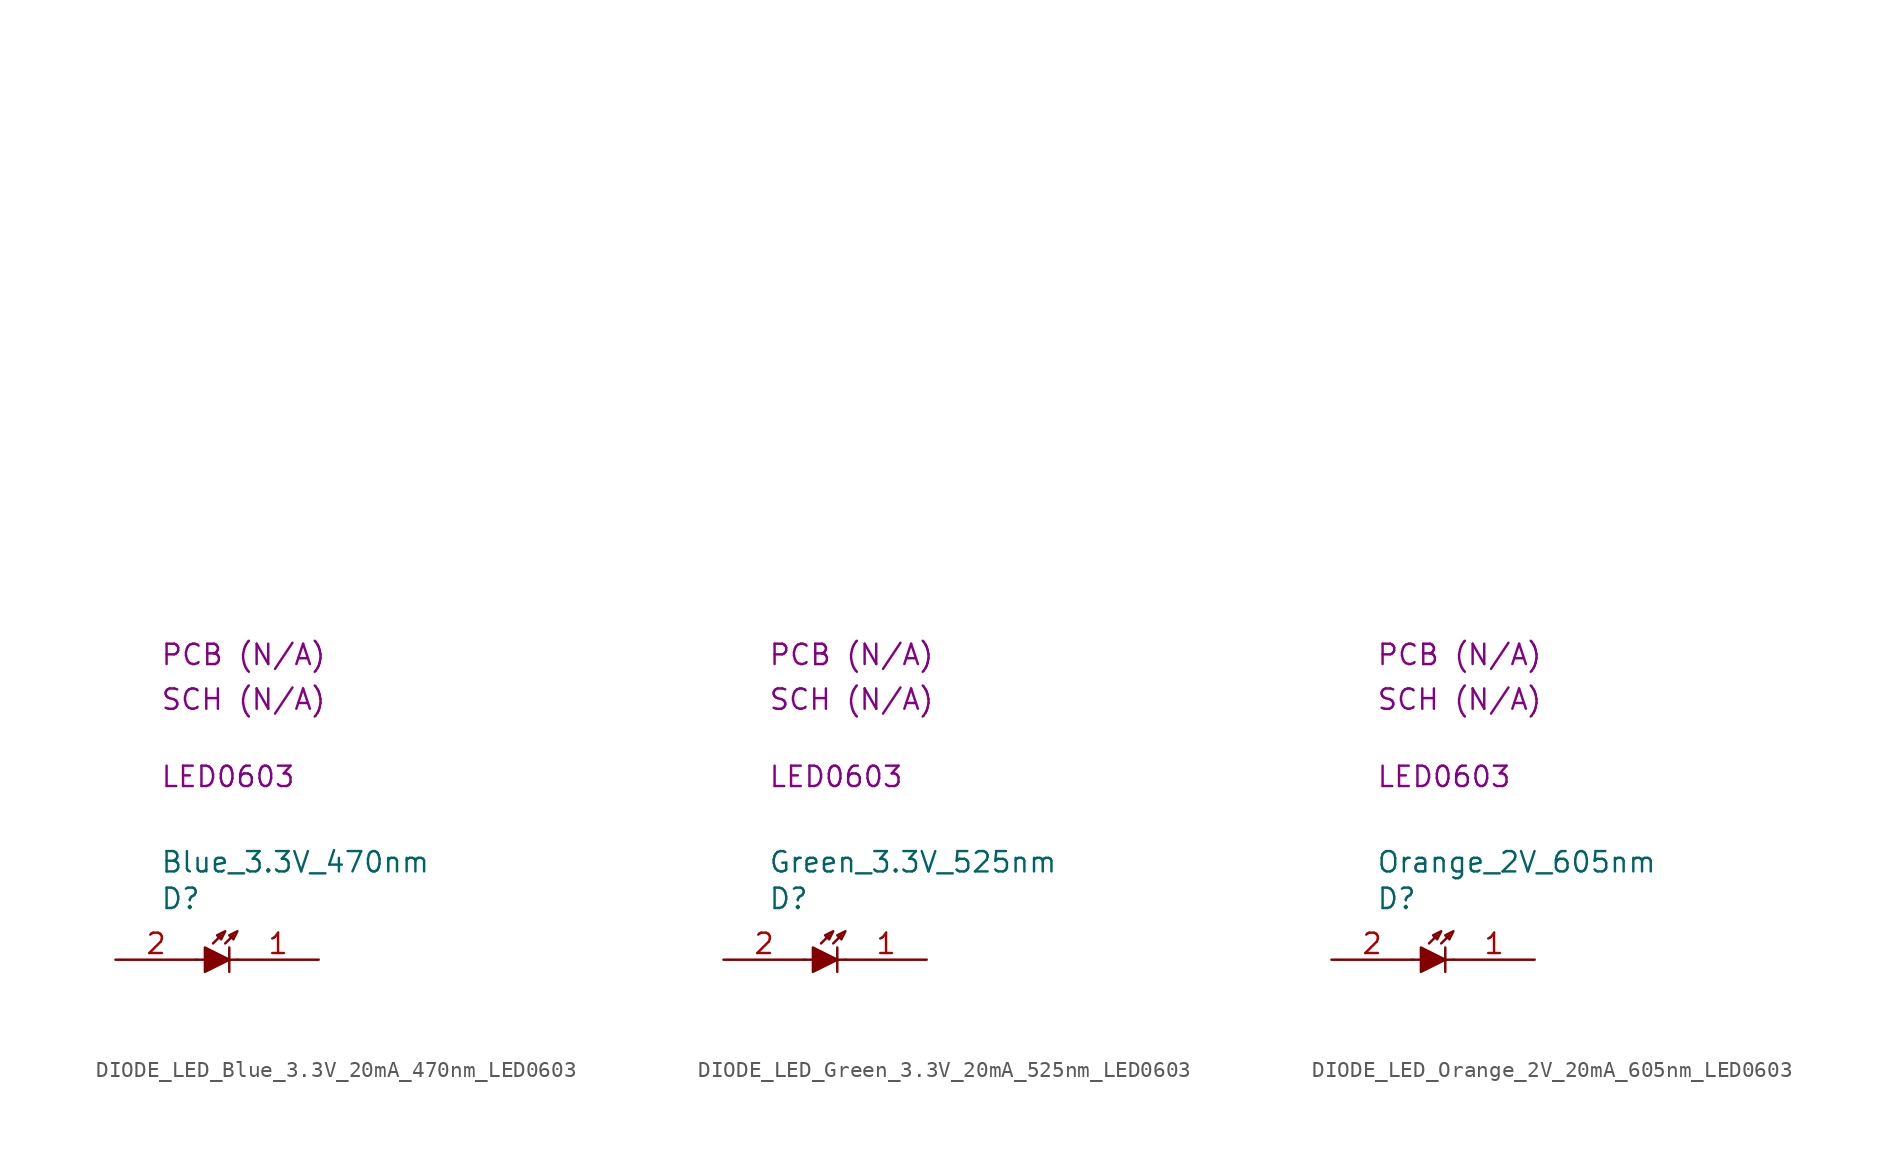
<source format=kicad_sym>
(kicad_symbol_lib
  (version 20231120)
  (generator "kicad_symbol_editor")
  (generator_version "8.0")
  (symbol "DIODE_LED_Blue_3.3V_20mA_470nm_LED0603"
    (property "Reference" "D"
      (at 2.794 3.81 0)
      (effects (font (size 1.27 1.27)) (justify left)))
    (property "Value" "Blue_3.3V_470nm"
      (at 2.794 6.096 0)
      (effects (font (size 1.27 1.27)) (justify left)))
    (property "Package" "LED0603"
      (at 2.794 11.43 0)
      (effects (font (size 1.27 1.27)) (justify left)))
    (property "SCH CHECK" "SCH (N/A)"
      (at 2.794 16.256 0)
      (effects (font (size 1.27 1.27)) (justify left)))
    (property "PCB CHECk" "PCB (N/A)"
      (at 2.794 19.05 0)
      (effects (font (size 1.27 1.27)) (justify left)))
    (symbol "DIODE_LED_Blue_3.3V_20mA_470nm_LED0603_0_1"
      (polyline private (pts (xy 2.54 2.54) (xy 27.94 2.54)) (stroke (width 0) (type default)) (fill (type none)))
      (polyline private (pts (xy 2.54 5.08) (xy 27.94 5.08)) (stroke (width 0) (type default)) (fill (type none)))
      (polyline private (pts (xy 2.54 7.62) (xy 27.94 7.62)) (stroke (width 0) (type default)) (fill (type none)))
      (polyline private (pts (xy 2.54 10.16) (xy 27.94 10.16)) (stroke (width 0) (type default)) (fill (type none)))
      (polyline private (pts (xy 2.54 12.7) (xy 27.94 12.7)) (stroke (width 0) (type default)) (fill (type none)))
      (polyline private (pts (xy 2.54 15.24) (xy 27.94 15.24)) (stroke (width 0) (type default)) (fill (type none)))
      (polyline private (pts (xy 2.54 17.78) (xy 27.94 17.78)) (stroke (width 0) (type default)) (fill (type none)))
      (polyline private (pts (xy 2.54 20.32) (xy 27.94 20.32)) (stroke (width 0) (type default)) (fill (type none)))
      (polyline private (pts (xy 2.54 22.86) (xy 27.94 22.86)) (stroke (width 0) (type default)) (fill (type none)))
      (polyline private (pts (xy 2.54 25.4) (xy 27.94 25.4)) (stroke (width 0) (type default)) (fill (type none)))
      (polyline private (pts (xy 2.54 27.94) (xy 27.94 27.94)) (stroke (width 0) (type default)) (fill (type none)))
      (polyline private (pts (xy 2.54 30.48) (xy 27.94 30.48)) (stroke (width 0) (type default)) (fill (type none)))
      (polyline private (pts (xy 2.54 33.02) (xy 27.94 33.02)) (stroke (width 0) (type default)) (fill (type none)))
      (polyline private (pts (xy 2.54 35.56) (xy 27.94 35.56)) (stroke (width 0) (type default)) (fill (type none)))
      (polyline private (pts (xy 2.54 38.1) (xy 27.94 38.1)) (stroke (width 0) (type default)) (fill (type none)))
      (polyline private (pts (xy 2.54 40.64) (xy 27.94 40.64)) (stroke (width 0) (type default)) (fill (type none)))
      (polyline private (pts (xy 2.54 43.18) (xy 27.94 43.18)) (stroke (width 0) (type default)) (fill (type none)))
      (polyline private (pts (xy 2.54 45.72) (xy 27.94 45.72)) (stroke (width 0) (type default)) (fill (type none)))
      (polyline private (pts (xy 2.54 48.26) (xy 27.94 48.26)) (stroke (width 0) (type default)) (fill (type none)))
      (polyline private (pts (xy 2.54 50.8) (xy 27.94 50.8)) (stroke (width 0) (type default)) (fill (type none))))
    (symbol "DIODE_LED_Blue_3.3V_20mA_470nm_LED0603_1_1"
      (polyline (pts (xy 5.588 0) (xy 5.08 0)) (stroke (width 0) (type default)) (fill (type none)))
      (polyline (pts (xy 6.096 1.016) (xy 6.604 1.524)) (stroke (width 0) (type default)) (fill (type none)))
      (polyline (pts (xy 6.858 1.016) (xy 7.366 1.524)) (stroke (width 0) (type default)) (fill (type none)))
      (polyline (pts (xy 7.112 0) (xy 7.62 0)) (stroke (width 0) (type default)) (fill (type none)))
      (polyline (pts (xy 7.112 0.762) (xy 7.112 -0.762)) (stroke (width 0) (type default)) (fill (type none)))
      (polyline (pts (xy 5.588 0.762) (xy 5.588 -0.762) (xy 7.112 0) (xy 5.588 0.762)) (stroke (width 0) (type default)) (fill (type outline)))
      (polyline (pts (xy 6.35 1.524) (xy 6.604 1.27) (xy 6.858 1.778) (xy 6.35 1.524)) (stroke (width 0) (type default)) (fill (type none)))
      (polyline (pts (xy 7.112 1.524) (xy 7.366 1.27) (xy 7.62 1.778) (xy 7.112 1.524)) (stroke (width 0) (type default)) (fill (type none)))
      (pin passive line (at 12.7 0 180) (length 5.08) (name "" (effects (font (size 1.27 1.27)))) (number "1" (effects (font (size 1.27 1.27)))))
      (pin passive line (at 0 0 0) (length 5.08) (name "" (effects (font (size 1.27 1.27)))) (number "2" (effects (font (size 1.27 1.27)))))))
  (symbol "DIODE_LED_Green_3.3V_20mA_525nm_LED0603"
    (property "Reference" "D"
      (at 2.794 3.81 0)
      (effects (font (size 1.27 1.27)) (justify left)))
    (property "Value" "Green_3.3V_525nm"
      (at 2.794 6.096 0)
      (effects (font (size 1.27 1.27)) (justify left)))
    (property "Package" "LED0603"
      (at 2.794 11.43 0)
      (effects (font (size 1.27 1.27)) (justify left)))
    (property "SCH CHECK" "SCH (N/A)"
      (at 2.794 16.256 0)
      (effects (font (size 1.27 1.27)) (justify left)))
    (property "PCB CHECk" "PCB (N/A)"
      (at 2.794 19.05 0)
      (effects (font (size 1.27 1.27)) (justify left)))
    (symbol "DIODE_LED_Green_3.3V_20mA_525nm_LED0603_0_1"
      (polyline private (pts (xy 2.54 2.54) (xy 27.94 2.54)) (stroke (width 0) (type default)) (fill (type none)))
      (polyline private (pts (xy 2.54 5.08) (xy 27.94 5.08)) (stroke (width 0) (type default)) (fill (type none)))
      (polyline private (pts (xy 2.54 7.62) (xy 27.94 7.62)) (stroke (width 0) (type default)) (fill (type none)))
      (polyline private (pts (xy 2.54 10.16) (xy 27.94 10.16)) (stroke (width 0) (type default)) (fill (type none)))
      (polyline private (pts (xy 2.54 12.7) (xy 27.94 12.7)) (stroke (width 0) (type default)) (fill (type none)))
      (polyline private (pts (xy 2.54 15.24) (xy 27.94 15.24)) (stroke (width 0) (type default)) (fill (type none)))
      (polyline private (pts (xy 2.54 17.78) (xy 27.94 17.78)) (stroke (width 0) (type default)) (fill (type none)))
      (polyline private (pts (xy 2.54 20.32) (xy 27.94 20.32)) (stroke (width 0) (type default)) (fill (type none)))
      (polyline private (pts (xy 2.54 22.86) (xy 27.94 22.86)) (stroke (width 0) (type default)) (fill (type none)))
      (polyline private (pts (xy 2.54 25.4) (xy 27.94 25.4)) (stroke (width 0) (type default)) (fill (type none)))
      (polyline private (pts (xy 2.54 27.94) (xy 27.94 27.94)) (stroke (width 0) (type default)) (fill (type none)))
      (polyline private (pts (xy 2.54 30.48) (xy 27.94 30.48)) (stroke (width 0) (type default)) (fill (type none)))
      (polyline private (pts (xy 2.54 33.02) (xy 27.94 33.02)) (stroke (width 0) (type default)) (fill (type none)))
      (polyline private (pts (xy 2.54 35.56) (xy 27.94 35.56)) (stroke (width 0) (type default)) (fill (type none)))
      (polyline private (pts (xy 2.54 38.1) (xy 27.94 38.1)) (stroke (width 0) (type default)) (fill (type none)))
      (polyline private (pts (xy 2.54 40.64) (xy 27.94 40.64)) (stroke (width 0) (type default)) (fill (type none)))
      (polyline private (pts (xy 2.54 43.18) (xy 27.94 43.18)) (stroke (width 0) (type default)) (fill (type none)))
      (polyline private (pts (xy 2.54 45.72) (xy 27.94 45.72)) (stroke (width 0) (type default)) (fill (type none)))
      (polyline private (pts (xy 2.54 48.26) (xy 27.94 48.26)) (stroke (width 0) (type default)) (fill (type none)))
      (polyline private (pts (xy 2.54 50.8) (xy 27.94 50.8)) (stroke (width 0) (type default)) (fill (type none))))
    (symbol "DIODE_LED_Green_3.3V_20mA_525nm_LED0603_1_1"
      (polyline (pts (xy 5.588 0) (xy 5.08 0)) (stroke (width 0) (type default)) (fill (type none)))
      (polyline (pts (xy 6.096 1.016) (xy 6.604 1.524)) (stroke (width 0) (type default)) (fill (type none)))
      (polyline (pts (xy 6.858 1.016) (xy 7.366 1.524)) (stroke (width 0) (type default)) (fill (type none)))
      (polyline (pts (xy 7.112 0) (xy 7.62 0)) (stroke (width 0) (type default)) (fill (type none)))
      (polyline (pts (xy 7.112 0.762) (xy 7.112 -0.762)) (stroke (width 0) (type default)) (fill (type none)))
      (polyline (pts (xy 5.588 0.762) (xy 5.588 -0.762) (xy 7.112 0) (xy 5.588 0.762)) (stroke (width 0) (type default)) (fill (type outline)))
      (polyline (pts (xy 6.35 1.524) (xy 6.604 1.27) (xy 6.858 1.778) (xy 6.35 1.524)) (stroke (width 0) (type default)) (fill (type none)))
      (polyline (pts (xy 7.112 1.524) (xy 7.366 1.27) (xy 7.62 1.778) (xy 7.112 1.524)) (stroke (width 0) (type default)) (fill (type none)))
      (pin passive line (at 12.7 0 180) (length 5.08) (name "" (effects (font (size 1.27 1.27)))) (number "1" (effects (font (size 1.27 1.27)))))
      (pin passive line (at 0 0 0) (length 5.08) (name "" (effects (font (size 1.27 1.27)))) (number "2" (effects (font (size 1.27 1.27)))))))
  (symbol "DIODE_LED_Orange_2V_20mA_605nm_LED0603"
    (property "Reference" "D"
      (at 2.794 3.81 0)
      (effects (font (size 1.27 1.27)) (justify left)))
    (property "Value" "Orange_2V_605nm"
      (at 2.794 6.096 0)
      (effects (font (size 1.27 1.27)) (justify left)))
    (property "Package" "LED0603"
      (at 2.794 11.43 0)
      (effects (font (size 1.27 1.27)) (justify left)))
    (property "SCH CHECK" "SCH (N/A)"
      (at 2.794 16.256 0)
      (effects (font (size 1.27 1.27)) (justify left)))
    (property "PCB CHECk" "PCB (N/A)"
      (at 2.794 19.05 0)
      (effects (font (size 1.27 1.27)) (justify left)))
    (symbol "DIODE_LED_Orange_2V_20mA_605nm_LED0603_0_1"
      (polyline private (pts (xy 2.54 2.54) (xy 27.94 2.54)) (stroke (width 0) (type default)) (fill (type none)))
      (polyline private (pts (xy 2.54 5.08) (xy 27.94 5.08)) (stroke (width 0) (type default)) (fill (type none)))
      (polyline private (pts (xy 2.54 7.62) (xy 27.94 7.62)) (stroke (width 0) (type default)) (fill (type none)))
      (polyline private (pts (xy 2.54 10.16) (xy 27.94 10.16)) (stroke (width 0) (type default)) (fill (type none)))
      (polyline private (pts (xy 2.54 12.7) (xy 27.94 12.7)) (stroke (width 0) (type default)) (fill (type none)))
      (polyline private (pts (xy 2.54 15.24) (xy 27.94 15.24)) (stroke (width 0) (type default)) (fill (type none)))
      (polyline private (pts (xy 2.54 17.78) (xy 27.94 17.78)) (stroke (width 0) (type default)) (fill (type none)))
      (polyline private (pts (xy 2.54 20.32) (xy 27.94 20.32)) (stroke (width 0) (type default)) (fill (type none)))
      (polyline private (pts (xy 2.54 22.86) (xy 27.94 22.86)) (stroke (width 0) (type default)) (fill (type none)))
      (polyline private (pts (xy 2.54 25.4) (xy 27.94 25.4)) (stroke (width 0) (type default)) (fill (type none)))
      (polyline private (pts (xy 2.54 27.94) (xy 27.94 27.94)) (stroke (width 0) (type default)) (fill (type none)))
      (polyline private (pts (xy 2.54 30.48) (xy 27.94 30.48)) (stroke (width 0) (type default)) (fill (type none)))
      (polyline private (pts (xy 2.54 33.02) (xy 27.94 33.02)) (stroke (width 0) (type default)) (fill (type none)))
      (polyline private (pts (xy 2.54 35.56) (xy 27.94 35.56)) (stroke (width 0) (type default)) (fill (type none)))
      (polyline private (pts (xy 2.54 38.1) (xy 27.94 38.1)) (stroke (width 0) (type default)) (fill (type none)))
      (polyline private (pts (xy 2.54 40.64) (xy 27.94 40.64)) (stroke (width 0) (type default)) (fill (type none)))
      (polyline private (pts (xy 2.54 43.18) (xy 27.94 43.18)) (stroke (width 0) (type default)) (fill (type none)))
      (polyline private (pts (xy 2.54 45.72) (xy 27.94 45.72)) (stroke (width 0) (type default)) (fill (type none)))
      (polyline private (pts (xy 2.54 48.26) (xy 27.94 48.26)) (stroke (width 0) (type default)) (fill (type none)))
      (polyline private (pts (xy 2.54 50.8) (xy 27.94 50.8)) (stroke (width 0) (type default)) (fill (type none))))
    (symbol "DIODE_LED_Orange_2V_20mA_605nm_LED0603_1_1"
      (polyline (pts (xy 5.588 0) (xy 5.08 0)) (stroke (width 0) (type default)) (fill (type none)))
      (polyline (pts (xy 6.096 1.016) (xy 6.604 1.524)) (stroke (width 0) (type default)) (fill (type none)))
      (polyline (pts (xy 6.858 1.016) (xy 7.366 1.524)) (stroke (width 0) (type default)) (fill (type none)))
      (polyline (pts (xy 7.112 0) (xy 7.62 0)) (stroke (width 0) (type default)) (fill (type none)))
      (polyline (pts (xy 7.112 0.762) (xy 7.112 -0.762)) (stroke (width 0) (type default)) (fill (type none)))
      (polyline (pts (xy 5.588 0.762) (xy 5.588 -0.762) (xy 7.112 0) (xy 5.588 0.762)) (stroke (width 0) (type default)) (fill (type outline)))
      (polyline (pts (xy 6.35 1.524) (xy 6.604 1.27) (xy 6.858 1.778) (xy 6.35 1.524)) (stroke (width 0) (type default)) (fill (type none)))
      (polyline (pts (xy 7.112 1.524) (xy 7.366 1.27) (xy 7.62 1.778) (xy 7.112 1.524)) (stroke (width 0) (type default)) (fill (type none)))
      (pin passive line (at 12.7 0 180) (length 5.08) (name "" (effects (font (size 1.27 1.27)))) (number "1" (effects (font (size 1.27 1.27)))))
      (pin passive line (at 0 0 0) (length 5.08) (name "" (effects (font (size 1.27 1.27)))) (number "2" (effects (font (size 1.27 1.27))))))))
</source>
